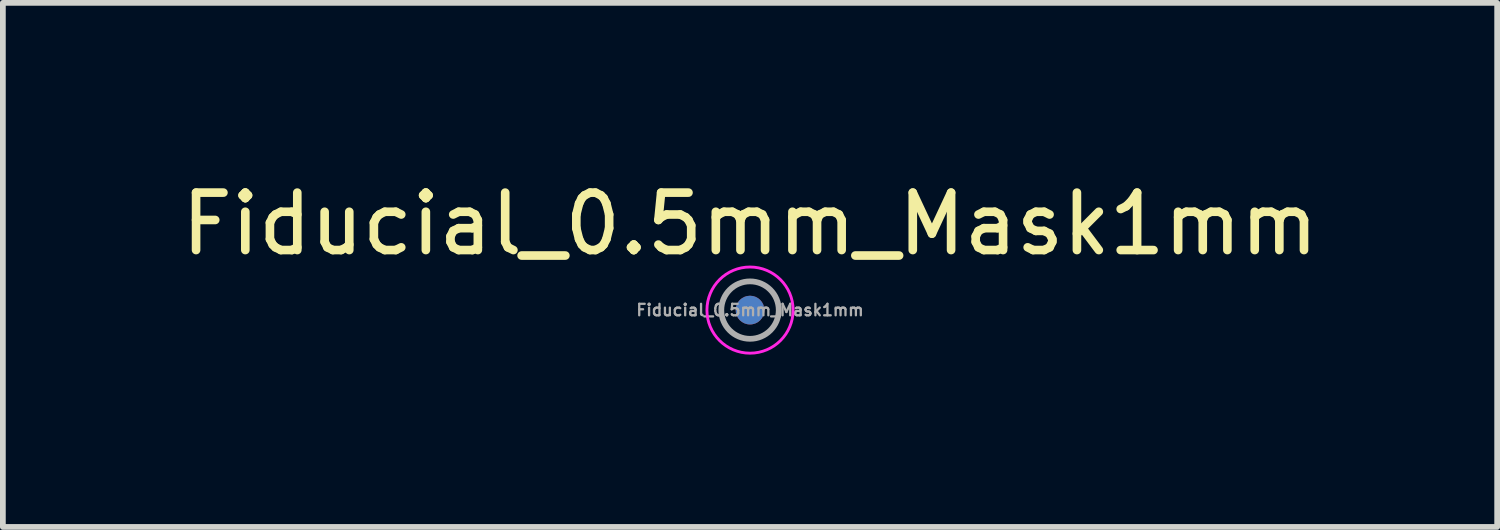
<source format=kicad_pcb>
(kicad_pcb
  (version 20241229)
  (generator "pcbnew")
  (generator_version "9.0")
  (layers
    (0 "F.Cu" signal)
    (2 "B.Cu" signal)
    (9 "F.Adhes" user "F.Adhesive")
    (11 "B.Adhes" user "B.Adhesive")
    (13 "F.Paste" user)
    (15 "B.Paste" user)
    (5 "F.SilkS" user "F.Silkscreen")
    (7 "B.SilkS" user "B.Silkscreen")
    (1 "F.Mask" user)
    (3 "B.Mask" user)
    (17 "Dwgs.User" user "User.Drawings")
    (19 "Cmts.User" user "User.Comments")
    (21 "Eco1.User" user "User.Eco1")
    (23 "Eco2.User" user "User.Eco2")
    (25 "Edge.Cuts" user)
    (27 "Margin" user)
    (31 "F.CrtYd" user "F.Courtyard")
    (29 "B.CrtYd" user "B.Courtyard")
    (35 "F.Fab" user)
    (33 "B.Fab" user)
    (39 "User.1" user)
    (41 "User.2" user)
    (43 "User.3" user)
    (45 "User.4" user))
  (footprint "Fiducial_0.5mm_Mask1mm"
    (layer "F.Cu")
    (at 10.006 2.348)
    (property "Reference" "Fiducial_0.5mm_Mask1mm" (at 0 -1.5 0) (layer "F.SilkS") (effects (font (size 1 1) (thickness 0.15))))
    (attr smd)
    (fp_circle (center 0 0) (end 0.75 0) (stroke (width 0.05) (type solid)) (fill no) (layer "F.CrtYd"))
    (fp_circle (center 0 0) (end 0.5 0) (stroke (width 0.1) (type solid)) (fill no) (layer "F.Fab"))
    (fp_text user "${REFERENCE}" (at 0 0 0) (layer "F.Fab") (effects (font (size 0.2 0.2) (thickness 0.04))))
    (pad "" smd circle (at 0 0) (size 0.5 0.5) (layers "F.Cu" "F.Mask"))
    (pad "" smd circle (at 0 0) (size 0.5 0.5) (layers "B.Cu" "B.Mask")))
  (gr_rect
    (start -3 -3)
    (end 23.012 6.123)
    (stroke (width 0.1) (type default))
    (fill no)
    (layer "Edge.Cuts")))
</source>
